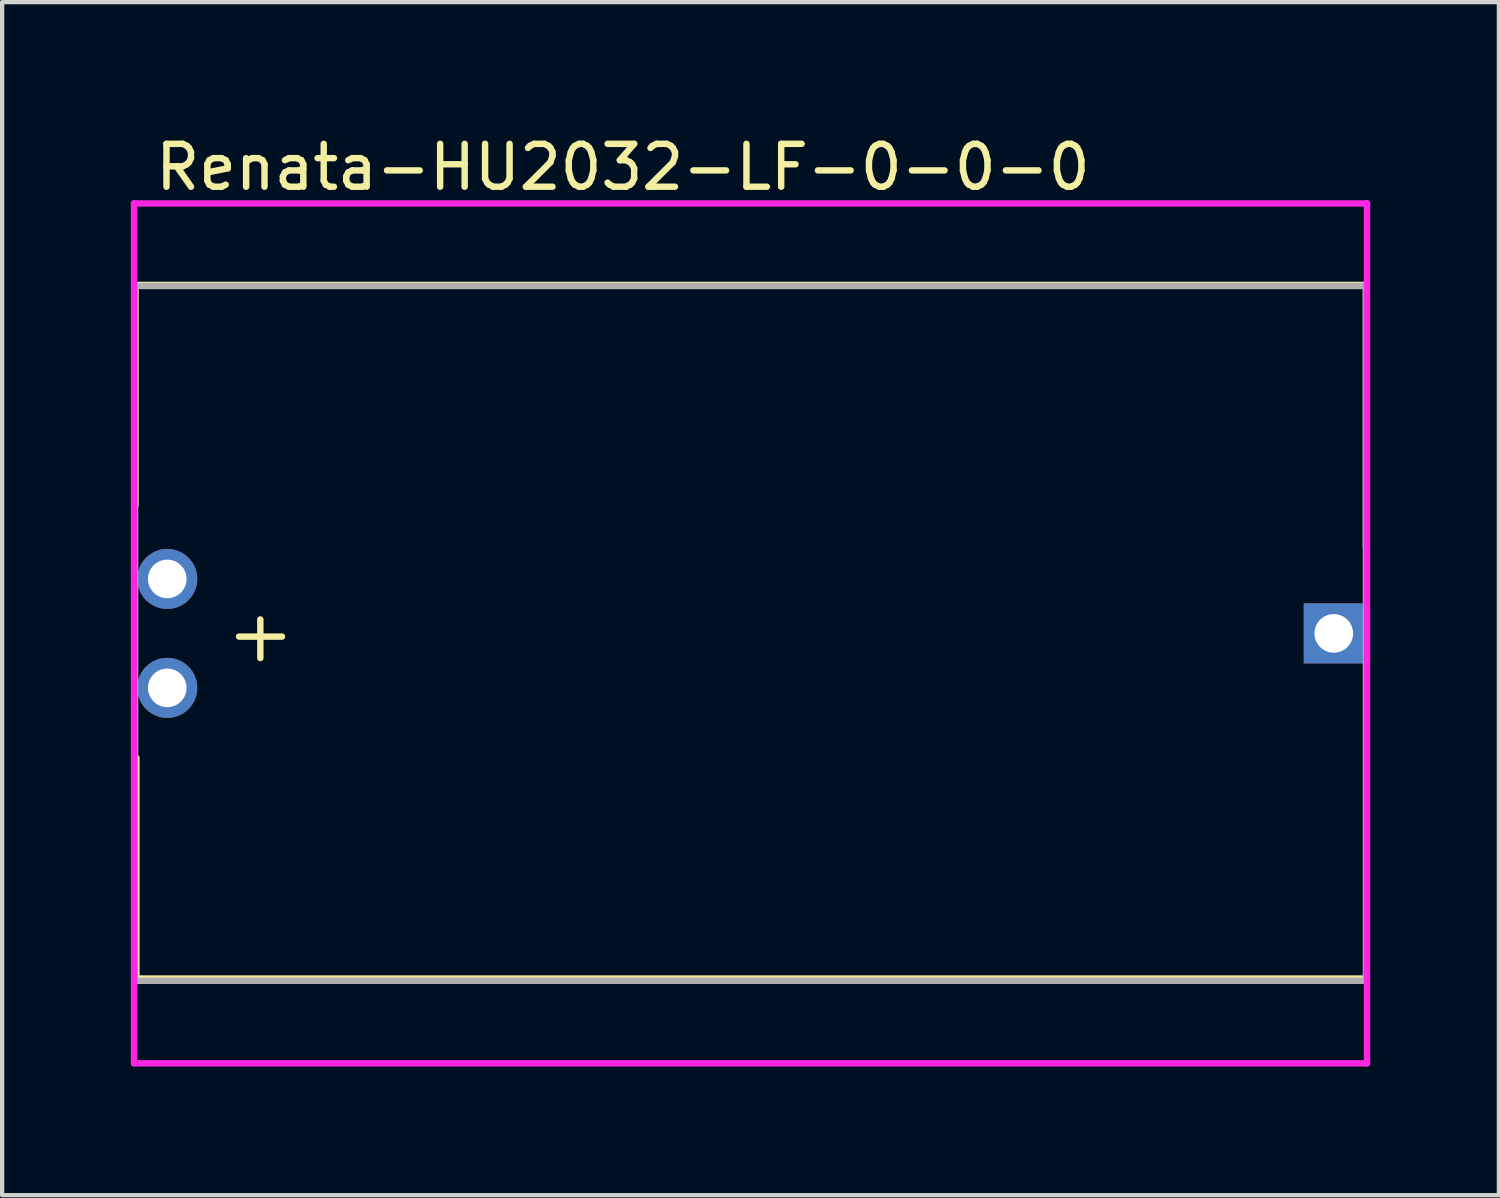
<source format=kicad_pcb>
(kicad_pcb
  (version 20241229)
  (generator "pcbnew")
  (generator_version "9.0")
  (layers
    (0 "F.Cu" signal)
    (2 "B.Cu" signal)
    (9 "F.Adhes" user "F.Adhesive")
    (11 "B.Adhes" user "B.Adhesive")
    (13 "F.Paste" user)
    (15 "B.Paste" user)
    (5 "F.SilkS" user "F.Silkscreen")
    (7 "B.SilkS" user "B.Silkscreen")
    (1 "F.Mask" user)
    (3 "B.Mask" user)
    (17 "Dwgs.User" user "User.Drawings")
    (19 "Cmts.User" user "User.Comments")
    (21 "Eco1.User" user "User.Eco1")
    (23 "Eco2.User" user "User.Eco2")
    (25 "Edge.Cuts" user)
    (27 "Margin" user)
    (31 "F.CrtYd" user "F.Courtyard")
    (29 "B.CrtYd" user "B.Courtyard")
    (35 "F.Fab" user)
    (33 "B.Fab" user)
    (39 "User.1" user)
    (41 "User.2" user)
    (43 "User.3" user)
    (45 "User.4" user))
  (footprint "Renata-HU2032-LF-0-0-0"
    (layer "F.Cu")
    (at 14.45 11.719)
    (property "Reference" "Renata-HU2032-LF-0-0-0" (at -13.955 -10.87 0) (layer "F.SilkS") (effects (font (size 1 1) (thickness 0.15)) (justify left)))
    (attr through_hole)
    (fp_line (start -14.357 8.048) (end 14.343 8.048) (stroke (width 0.15) (type solid)) (layer "F.SilkS"))
    (fp_line (start -14.35 -8.125) (end 14.35 -8.125) (stroke (width 0.15) (type solid)) (layer "F.SilkS"))
    (fp_line (start -14.34 -8) (end -14.34 -3) (stroke (width 0.15) (type solid)) (layer "F.SilkS"))
    (fp_line (start -14.32 2.9) (end -14.32 8) (stroke (width 0.15) (type solid)) (layer "F.SilkS"))
    (fp_line (start -11.925 0.075) (end -10.925 0.075) (stroke (width 0.15) (type solid)) (layer "F.SilkS"))
    (fp_line (start -11.43 0.575) (end -11.43 -0.325) (stroke (width 0.15) (type solid)) (layer "F.SilkS"))
    (fp_line (start 14.35 -8) (end 14.35 -2) (stroke (width 0.15) (type solid)) (layer "F.SilkS"))
    (fp_line (start 14.36 1.89) (end 14.36 8) (stroke (width 0.15) (type solid)) (layer "F.SilkS"))
    (fp_line (start -14.375 -10.025) (end -14.375 10.025) (stroke (width 0.15) (type solid)) (layer "F.CrtYd"))
    (fp_line (start -14.375 10.025) (end 14.375 10.025) (stroke (width 0.15) (type solid)) (layer "F.CrtYd"))
    (fp_line (start 14.375 -10.025) (end -14.375 -10.025) (stroke (width 0.15) (type solid)) (layer "F.CrtYd"))
    (fp_line (start 14.375 -10.025) (end 14.375 -10.025) (stroke (width 0.15) (type solid)) (layer "F.CrtYd"))
    (fp_line (start 14.375 10.025) (end 14.375 -10.025) (stroke (width 0.15) (type solid)) (layer "F.CrtYd"))
    (fp_line (start -14.35 -8.1) (end 14.35 -8.1) (stroke (width 0.15) (type solid)) (layer "F.Fab"))
    (fp_line (start -14.35 8.1) (end -14.35 -8.1) (stroke (width 0.15) (type solid)) (layer "F.Fab"))
    (fp_line (start 14.35 -8.1) (end 14.35 8.1) (stroke (width 0.15) (type solid)) (layer "F.Fab"))
    (fp_line (start 14.35 8.1) (end -14.35 8.1) (stroke (width 0.15) (type solid)) (layer "F.Fab"))
    (pad "1" thru_hole rect (at 13.6 0) (size 1.4 1.4) (drill 0.9) (layers "*.Cu"))
    (pad "2" thru_hole circle (at -13.6 -1.27) (size 1.4 1.4) (drill 0.9) (layers "*.Cu"))
    (pad "2" thru_hole circle (at -13.6 1.27) (size 1.4 1.4) (drill 0.9) (layers "*.Cu")))
  (gr_rect
    (start -3 -3)
    (end 31.9 24.819)
    (stroke (width 0.1) (type default))
    (fill no)
    (layer "Edge.Cuts")))
</source>
